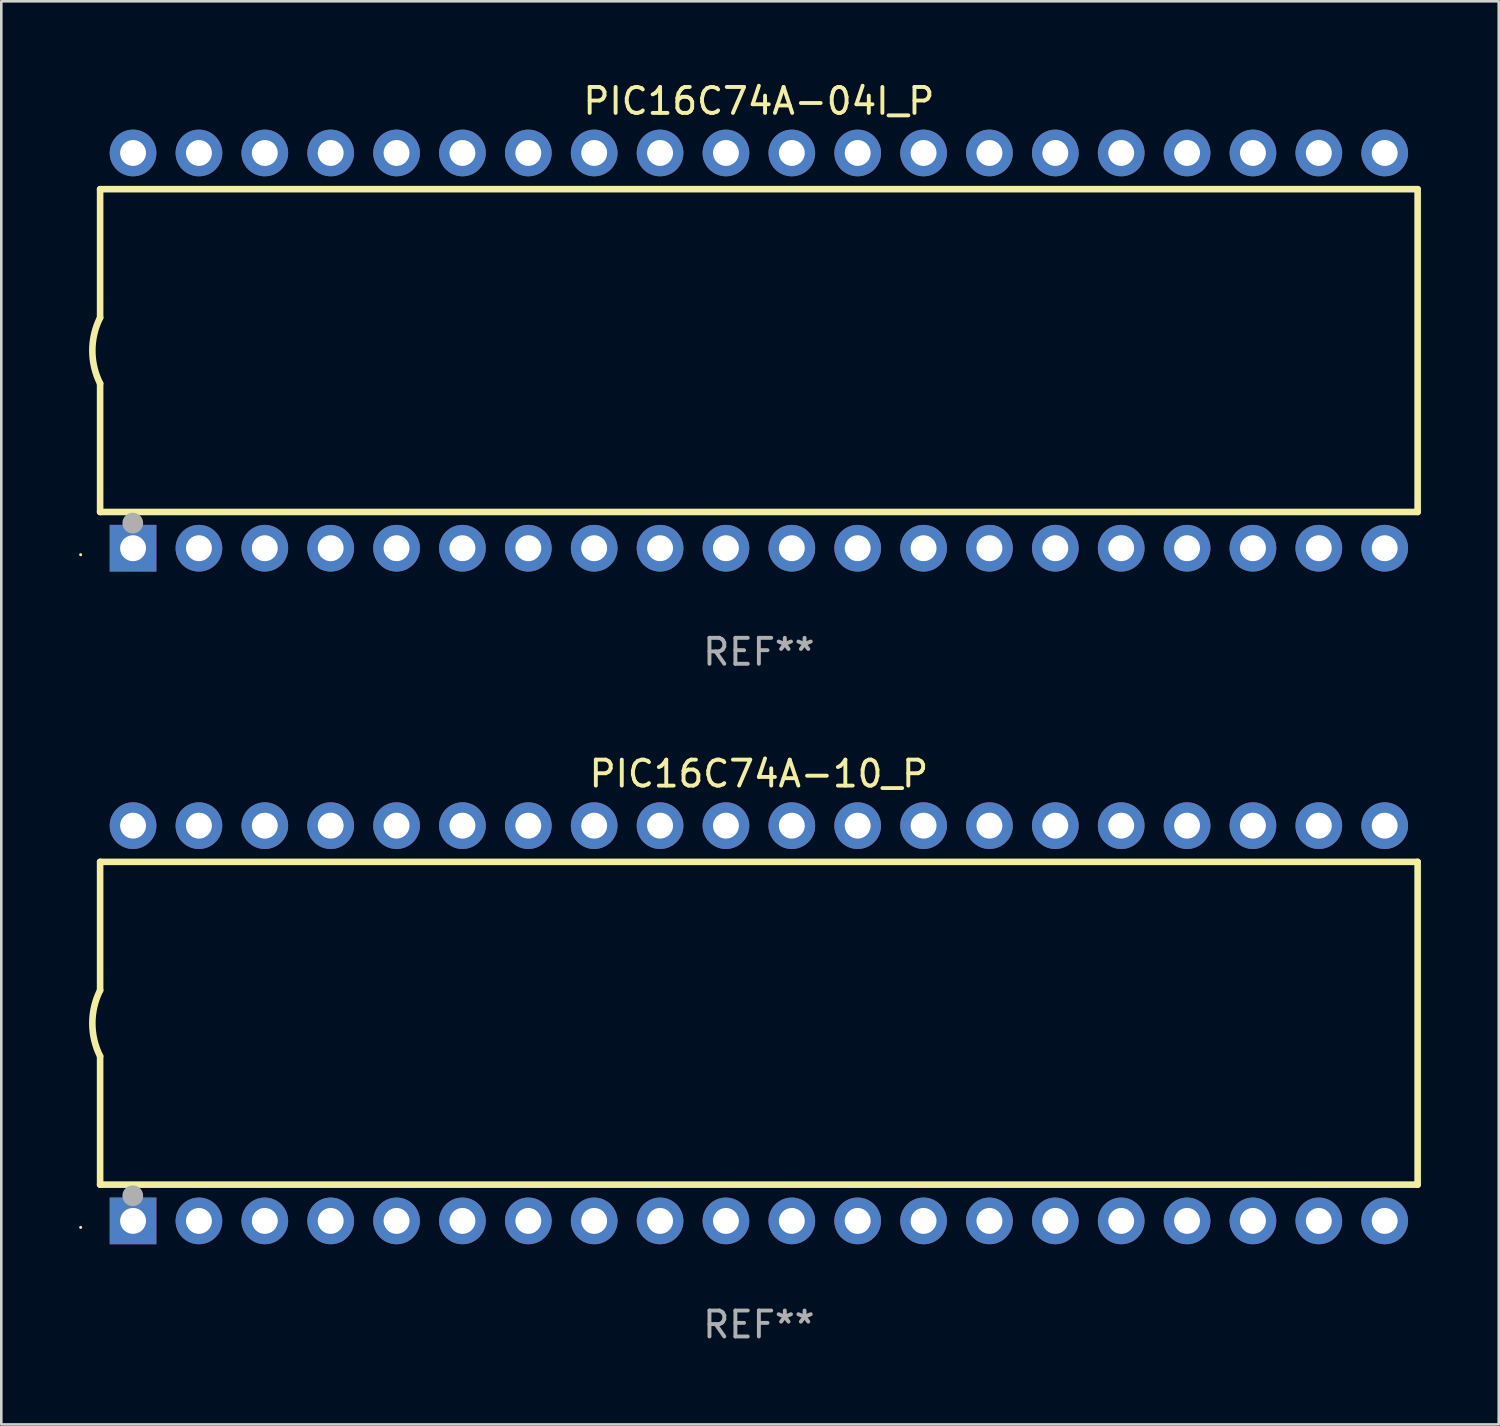
<source format=kicad_pcb>
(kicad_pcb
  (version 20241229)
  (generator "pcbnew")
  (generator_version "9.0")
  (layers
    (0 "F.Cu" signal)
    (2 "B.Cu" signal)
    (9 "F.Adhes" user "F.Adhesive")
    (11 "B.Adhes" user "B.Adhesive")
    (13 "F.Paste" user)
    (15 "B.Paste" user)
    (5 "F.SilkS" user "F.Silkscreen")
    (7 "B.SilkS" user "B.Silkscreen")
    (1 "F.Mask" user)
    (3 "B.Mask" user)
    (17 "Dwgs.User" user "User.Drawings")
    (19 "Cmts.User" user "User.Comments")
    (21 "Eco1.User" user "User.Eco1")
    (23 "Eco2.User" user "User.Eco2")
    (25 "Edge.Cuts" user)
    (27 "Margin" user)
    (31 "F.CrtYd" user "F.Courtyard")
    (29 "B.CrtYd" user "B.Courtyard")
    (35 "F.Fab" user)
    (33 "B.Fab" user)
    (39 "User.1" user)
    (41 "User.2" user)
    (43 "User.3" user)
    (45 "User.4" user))
  (footprint "PIC16C74A-04I_P"
    (layer "F.Cu")
    (at 26.21 10.468)
    (property "Reference" "PIC16C74A-04I_P" (at 0 -9.62 0) (layer "F.SilkS") (effects (font (size 1 1) (thickness 0.15))))
    (attr through_hole)
    (fp_line (start -25.4 -6.224) (end -25.4 -1.271) (stroke (width 0.254) (type solid)) (layer "F.SilkS"))
    (fp_line (start -25.4 -6.224) (end 25.4 -6.224) (stroke (width 0.254) (type solid)) (layer "F.SilkS"))
    (fp_line (start -25.4 1.269) (end -25.4 6.222) (stroke (width 0.254) (type solid)) (layer "F.SilkS"))
    (fp_line (start -25.4 6.222) (end 25.4 6.222) (stroke (width 0.254) (type solid)) (layer "F.SilkS"))
    (fp_line (start 25.4 6.222) (end 25.4 -6.224) (stroke (width 0.254) (type solid)) (layer "F.SilkS"))
    (fp_arc (start -25.4 1.269241) (mid -25.699807 -0.000762) (end -25.4 -1.270765) (stroke (width 0.254001) (type solid)) (layer "F.SilkS"))
    (fp_circle (center -26.15 7.87) (end -26.12 7.87) (stroke (width 0.06) (type solid)) (fill no) (layer "F.SilkS"))
    (fp_circle (center -24.14 6.65) (end -23.94 6.65) (stroke (width 0.4) (type solid)) (fill no) (layer "F.Fab"))
    (fp_text user "REF**" (at 0 11.62 0) (layer "F.Fab") (effects (font (size 1 1) (thickness 0.15))))
    (pad "1" thru_hole rect (at -24.13 7.62 90) (size 1.8 1.8) (drill 1) (layers "*.Cu" "*.Mask"))
    (pad "2" thru_hole circle (at -21.59 7.62) (size 1.8 1.8) (drill 1) (layers "*.Cu" "*.Mask"))
    (pad "3" thru_hole circle (at -19.05 7.62) (size 1.8 1.8) (drill 1) (layers "*.Cu" "*.Mask"))
    (pad "4" thru_hole circle (at -16.51 7.62) (size 1.8 1.8) (drill 1) (layers "*.Cu" "*.Mask"))
    (pad "5" thru_hole circle (at -13.97 7.62) (size 1.8 1.8) (drill 1) (layers "*.Cu" "*.Mask"))
    (pad "6" thru_hole circle (at -11.43 7.62) (size 1.8 1.8) (drill 1) (layers "*.Cu" "*.Mask"))
    (pad "7" thru_hole circle (at -8.89 7.62) (size 1.8 1.8) (drill 1) (layers "*.Cu" "*.Mask"))
    (pad "8" thru_hole circle (at -6.35 7.62) (size 1.8 1.8) (drill 1) (layers "*.Cu" "*.Mask"))
    (pad "9" thru_hole circle (at -3.81 7.62) (size 1.8 1.8) (drill 1) (layers "*.Cu" "*.Mask"))
    (pad "10" thru_hole circle (at -1.27 7.62) (size 1.8 1.8) (drill 1) (layers "*.Cu" "*.Mask"))
    (pad "11" thru_hole circle (at 1.27 7.62) (size 1.8 1.8) (drill 1) (layers "*.Cu" "*.Mask"))
    (pad "12" thru_hole circle (at 3.81 7.62) (size 1.8 1.8) (drill 1) (layers "*.Cu" "*.Mask"))
    (pad "13" thru_hole circle (at 6.35 7.62) (size 1.8 1.8) (drill 1) (layers "*.Cu" "*.Mask"))
    (pad "14" thru_hole circle (at 8.89 7.62) (size 1.8 1.8) (drill 1) (layers "*.Cu" "*.Mask"))
    (pad "15" thru_hole circle (at 11.43 7.62) (size 1.8 1.8) (drill 1) (layers "*.Cu" "*.Mask"))
    (pad "16" thru_hole circle (at 13.97 7.62) (size 1.8 1.8) (drill 1) (layers "*.Cu" "*.Mask"))
    (pad "17" thru_hole circle (at 16.51 7.62) (size 1.8 1.8) (drill 1) (layers "*.Cu" "*.Mask"))
    (pad "18" thru_hole circle (at 19.05 7.62) (size 1.8 1.8) (drill 1) (layers "*.Cu" "*.Mask"))
    (pad "19" thru_hole circle (at 21.59 7.62) (size 1.8 1.8) (drill 1) (layers "*.Cu" "*.Mask"))
    (pad "20" thru_hole circle (at 24.13 7.62) (size 1.8 1.8) (drill 1) (layers "*.Cu" "*.Mask"))
    (pad "21" thru_hole circle (at 24.13 -7.62) (size 1.8 1.8) (drill 1) (layers "*.Cu" "*.Mask"))
    (pad "22" thru_hole circle (at 21.59 -7.62) (size 1.8 1.8) (drill 1) (layers "*.Cu" "*.Mask"))
    (pad "23" thru_hole circle (at 19.05 -7.62) (size 1.8 1.8) (drill 1) (layers "*.Cu" "*.Mask"))
    (pad "24" thru_hole circle (at 16.51 -7.62) (size 1.8 1.8) (drill 1) (layers "*.Cu" "*.Mask"))
    (pad "25" thru_hole circle (at 13.97 -7.62) (size 1.8 1.8) (drill 1) (layers "*.Cu" "*.Mask"))
    (pad "26" thru_hole circle (at 11.43 -7.62) (size 1.8 1.8) (drill 1) (layers "*.Cu" "*.Mask"))
    (pad "27" thru_hole circle (at 8.89 -7.62) (size 1.8 1.8) (drill 1) (layers "*.Cu" "*.Mask"))
    (pad "28" thru_hole circle (at 6.35 -7.62) (size 1.8 1.8) (drill 1) (layers "*.Cu" "*.Mask"))
    (pad "29" thru_hole circle (at 3.81 -7.62) (size 1.8 1.8) (drill 1) (layers "*.Cu" "*.Mask"))
    (pad "30" thru_hole circle (at 1.27 -7.62) (size 1.8 1.8) (drill 1) (layers "*.Cu" "*.Mask"))
    (pad "31" thru_hole circle (at -1.27 -7.62) (size 1.8 1.8) (drill 1) (layers "*.Cu" "*.Mask"))
    (pad "32" thru_hole circle (at -3.81 -7.62) (size 1.8 1.8) (drill 1) (layers "*.Cu" "*.Mask"))
    (pad "33" thru_hole circle (at -6.35 -7.62) (size 1.8 1.8) (drill 1) (layers "*.Cu" "*.Mask"))
    (pad "34" thru_hole circle (at -8.89 -7.62) (size 1.8 1.8) (drill 1) (layers "*.Cu" "*.Mask"))
    (pad "35" thru_hole circle (at -11.43 -7.62) (size 1.8 1.8) (drill 1) (layers "*.Cu" "*.Mask"))
    (pad "36" thru_hole circle (at -13.97 -7.62) (size 1.8 1.8) (drill 1) (layers "*.Cu" "*.Mask"))
    (pad "37" thru_hole circle (at -16.51 -7.62) (size 1.8 1.8) (drill 1) (layers "*.Cu" "*.Mask"))
    (pad "38" thru_hole circle (at -19.05 -7.62) (size 1.8 1.8) (drill 1) (layers "*.Cu" "*.Mask"))
    (pad "39" thru_hole circle (at -21.59 -7.62) (size 1.8 1.8) (drill 1) (layers "*.Cu" "*.Mask"))
    (pad "40" thru_hole circle (at -24.13 -7.62) (size 1.8 1.8) (drill 1) (layers "*.Cu" "*.Mask")))
  (footprint "PIC16C74A-10_P"
    (layer "F.Cu")
    (at 26.21 36.405)
    (property "Reference" "PIC16C74A-10_P" (at 0 -9.62 0) (layer "F.SilkS") (effects (font (size 1 1) (thickness 0.15))))
    (attr through_hole)
    (fp_line (start -25.4 -6.224) (end -25.4 -1.271) (stroke (width 0.254) (type solid)) (layer "F.SilkS"))
    (fp_line (start -25.4 -6.224) (end 25.4 -6.224) (stroke (width 0.254) (type solid)) (layer "F.SilkS"))
    (fp_line (start -25.4 1.269) (end -25.4 6.222) (stroke (width 0.254) (type solid)) (layer "F.SilkS"))
    (fp_line (start -25.4 6.222) (end 25.4 6.222) (stroke (width 0.254) (type solid)) (layer "F.SilkS"))
    (fp_line (start 25.4 6.222) (end 25.4 -6.224) (stroke (width 0.254) (type solid)) (layer "F.SilkS"))
    (fp_arc (start -25.4 1.269241) (mid -25.699807 -0.000762) (end -25.4 -1.270765) (stroke (width 0.254001) (type solid)) (layer "F.SilkS"))
    (fp_circle (center -26.15 7.87) (end -26.12 7.87) (stroke (width 0.06) (type solid)) (fill no) (layer "F.SilkS"))
    (fp_circle (center -24.14 6.65) (end -23.94 6.65) (stroke (width 0.4) (type solid)) (fill no) (layer "F.Fab"))
    (fp_text user "REF**" (at 0 11.62 0) (layer "F.Fab") (effects (font (size 1 1) (thickness 0.15))))
    (pad "1" thru_hole rect (at -24.13 7.62 90) (size 1.8 1.8) (drill 1) (layers "*.Cu" "*.Mask"))
    (pad "2" thru_hole circle (at -21.59 7.62) (size 1.8 1.8) (drill 1) (layers "*.Cu" "*.Mask"))
    (pad "3" thru_hole circle (at -19.05 7.62) (size 1.8 1.8) (drill 1) (layers "*.Cu" "*.Mask"))
    (pad "4" thru_hole circle (at -16.51 7.62) (size 1.8 1.8) (drill 1) (layers "*.Cu" "*.Mask"))
    (pad "5" thru_hole circle (at -13.97 7.62) (size 1.8 1.8) (drill 1) (layers "*.Cu" "*.Mask"))
    (pad "6" thru_hole circle (at -11.43 7.62) (size 1.8 1.8) (drill 1) (layers "*.Cu" "*.Mask"))
    (pad "7" thru_hole circle (at -8.89 7.62) (size 1.8 1.8) (drill 1) (layers "*.Cu" "*.Mask"))
    (pad "8" thru_hole circle (at -6.35 7.62) (size 1.8 1.8) (drill 1) (layers "*.Cu" "*.Mask"))
    (pad "9" thru_hole circle (at -3.81 7.62) (size 1.8 1.8) (drill 1) (layers "*.Cu" "*.Mask"))
    (pad "10" thru_hole circle (at -1.27 7.62) (size 1.8 1.8) (drill 1) (layers "*.Cu" "*.Mask"))
    (pad "11" thru_hole circle (at 1.27 7.62) (size 1.8 1.8) (drill 1) (layers "*.Cu" "*.Mask"))
    (pad "12" thru_hole circle (at 3.81 7.62) (size 1.8 1.8) (drill 1) (layers "*.Cu" "*.Mask"))
    (pad "13" thru_hole circle (at 6.35 7.62) (size 1.8 1.8) (drill 1) (layers "*.Cu" "*.Mask"))
    (pad "14" thru_hole circle (at 8.89 7.62) (size 1.8 1.8) (drill 1) (layers "*.Cu" "*.Mask"))
    (pad "15" thru_hole circle (at 11.43 7.62) (size 1.8 1.8) (drill 1) (layers "*.Cu" "*.Mask"))
    (pad "16" thru_hole circle (at 13.97 7.62) (size 1.8 1.8) (drill 1) (layers "*.Cu" "*.Mask"))
    (pad "17" thru_hole circle (at 16.51 7.62) (size 1.8 1.8) (drill 1) (layers "*.Cu" "*.Mask"))
    (pad "18" thru_hole circle (at 19.05 7.62) (size 1.8 1.8) (drill 1) (layers "*.Cu" "*.Mask"))
    (pad "19" thru_hole circle (at 21.59 7.62) (size 1.8 1.8) (drill 1) (layers "*.Cu" "*.Mask"))
    (pad "20" thru_hole circle (at 24.13 7.62) (size 1.8 1.8) (drill 1) (layers "*.Cu" "*.Mask"))
    (pad "21" thru_hole circle (at 24.13 -7.62) (size 1.8 1.8) (drill 1) (layers "*.Cu" "*.Mask"))
    (pad "22" thru_hole circle (at 21.59 -7.62) (size 1.8 1.8) (drill 1) (layers "*.Cu" "*.Mask"))
    (pad "23" thru_hole circle (at 19.05 -7.62) (size 1.8 1.8) (drill 1) (layers "*.Cu" "*.Mask"))
    (pad "24" thru_hole circle (at 16.51 -7.62) (size 1.8 1.8) (drill 1) (layers "*.Cu" "*.Mask"))
    (pad "25" thru_hole circle (at 13.97 -7.62) (size 1.8 1.8) (drill 1) (layers "*.Cu" "*.Mask"))
    (pad "26" thru_hole circle (at 11.43 -7.62) (size 1.8 1.8) (drill 1) (layers "*.Cu" "*.Mask"))
    (pad "27" thru_hole circle (at 8.89 -7.62) (size 1.8 1.8) (drill 1) (layers "*.Cu" "*.Mask"))
    (pad "28" thru_hole circle (at 6.35 -7.62) (size 1.8 1.8) (drill 1) (layers "*.Cu" "*.Mask"))
    (pad "29" thru_hole circle (at 3.81 -7.62) (size 1.8 1.8) (drill 1) (layers "*.Cu" "*.Mask"))
    (pad "30" thru_hole circle (at 1.27 -7.62) (size 1.8 1.8) (drill 1) (layers "*.Cu" "*.Mask"))
    (pad "31" thru_hole circle (at -1.27 -7.62) (size 1.8 1.8) (drill 1) (layers "*.Cu" "*.Mask"))
    (pad "32" thru_hole circle (at -3.81 -7.62) (size 1.8 1.8) (drill 1) (layers "*.Cu" "*.Mask"))
    (pad "33" thru_hole circle (at -6.35 -7.62) (size 1.8 1.8) (drill 1) (layers "*.Cu" "*.Mask"))
    (pad "34" thru_hole circle (at -8.89 -7.62) (size 1.8 1.8) (drill 1) (layers "*.Cu" "*.Mask"))
    (pad "35" thru_hole circle (at -11.43 -7.62) (size 1.8 1.8) (drill 1) (layers "*.Cu" "*.Mask"))
    (pad "36" thru_hole circle (at -13.97 -7.62) (size 1.8 1.8) (drill 1) (layers "*.Cu" "*.Mask"))
    (pad "37" thru_hole circle (at -16.51 -7.62) (size 1.8 1.8) (drill 1) (layers "*.Cu" "*.Mask"))
    (pad "38" thru_hole circle (at -19.05 -7.62) (size 1.8 1.8) (drill 1) (layers "*.Cu" "*.Mask"))
    (pad "39" thru_hole circle (at -21.59 -7.62) (size 1.8 1.8) (drill 1) (layers "*.Cu" "*.Mask"))
    (pad "40" thru_hole circle (at -24.13 -7.62) (size 1.8 1.8) (drill 1) (layers "*.Cu" "*.Mask")))
  (gr_rect
    (start -3 -3)
    (end 54.737 51.873)
    (stroke (width 0.1) (type default))
    (fill no)
    (layer "Edge.Cuts")))
</source>
